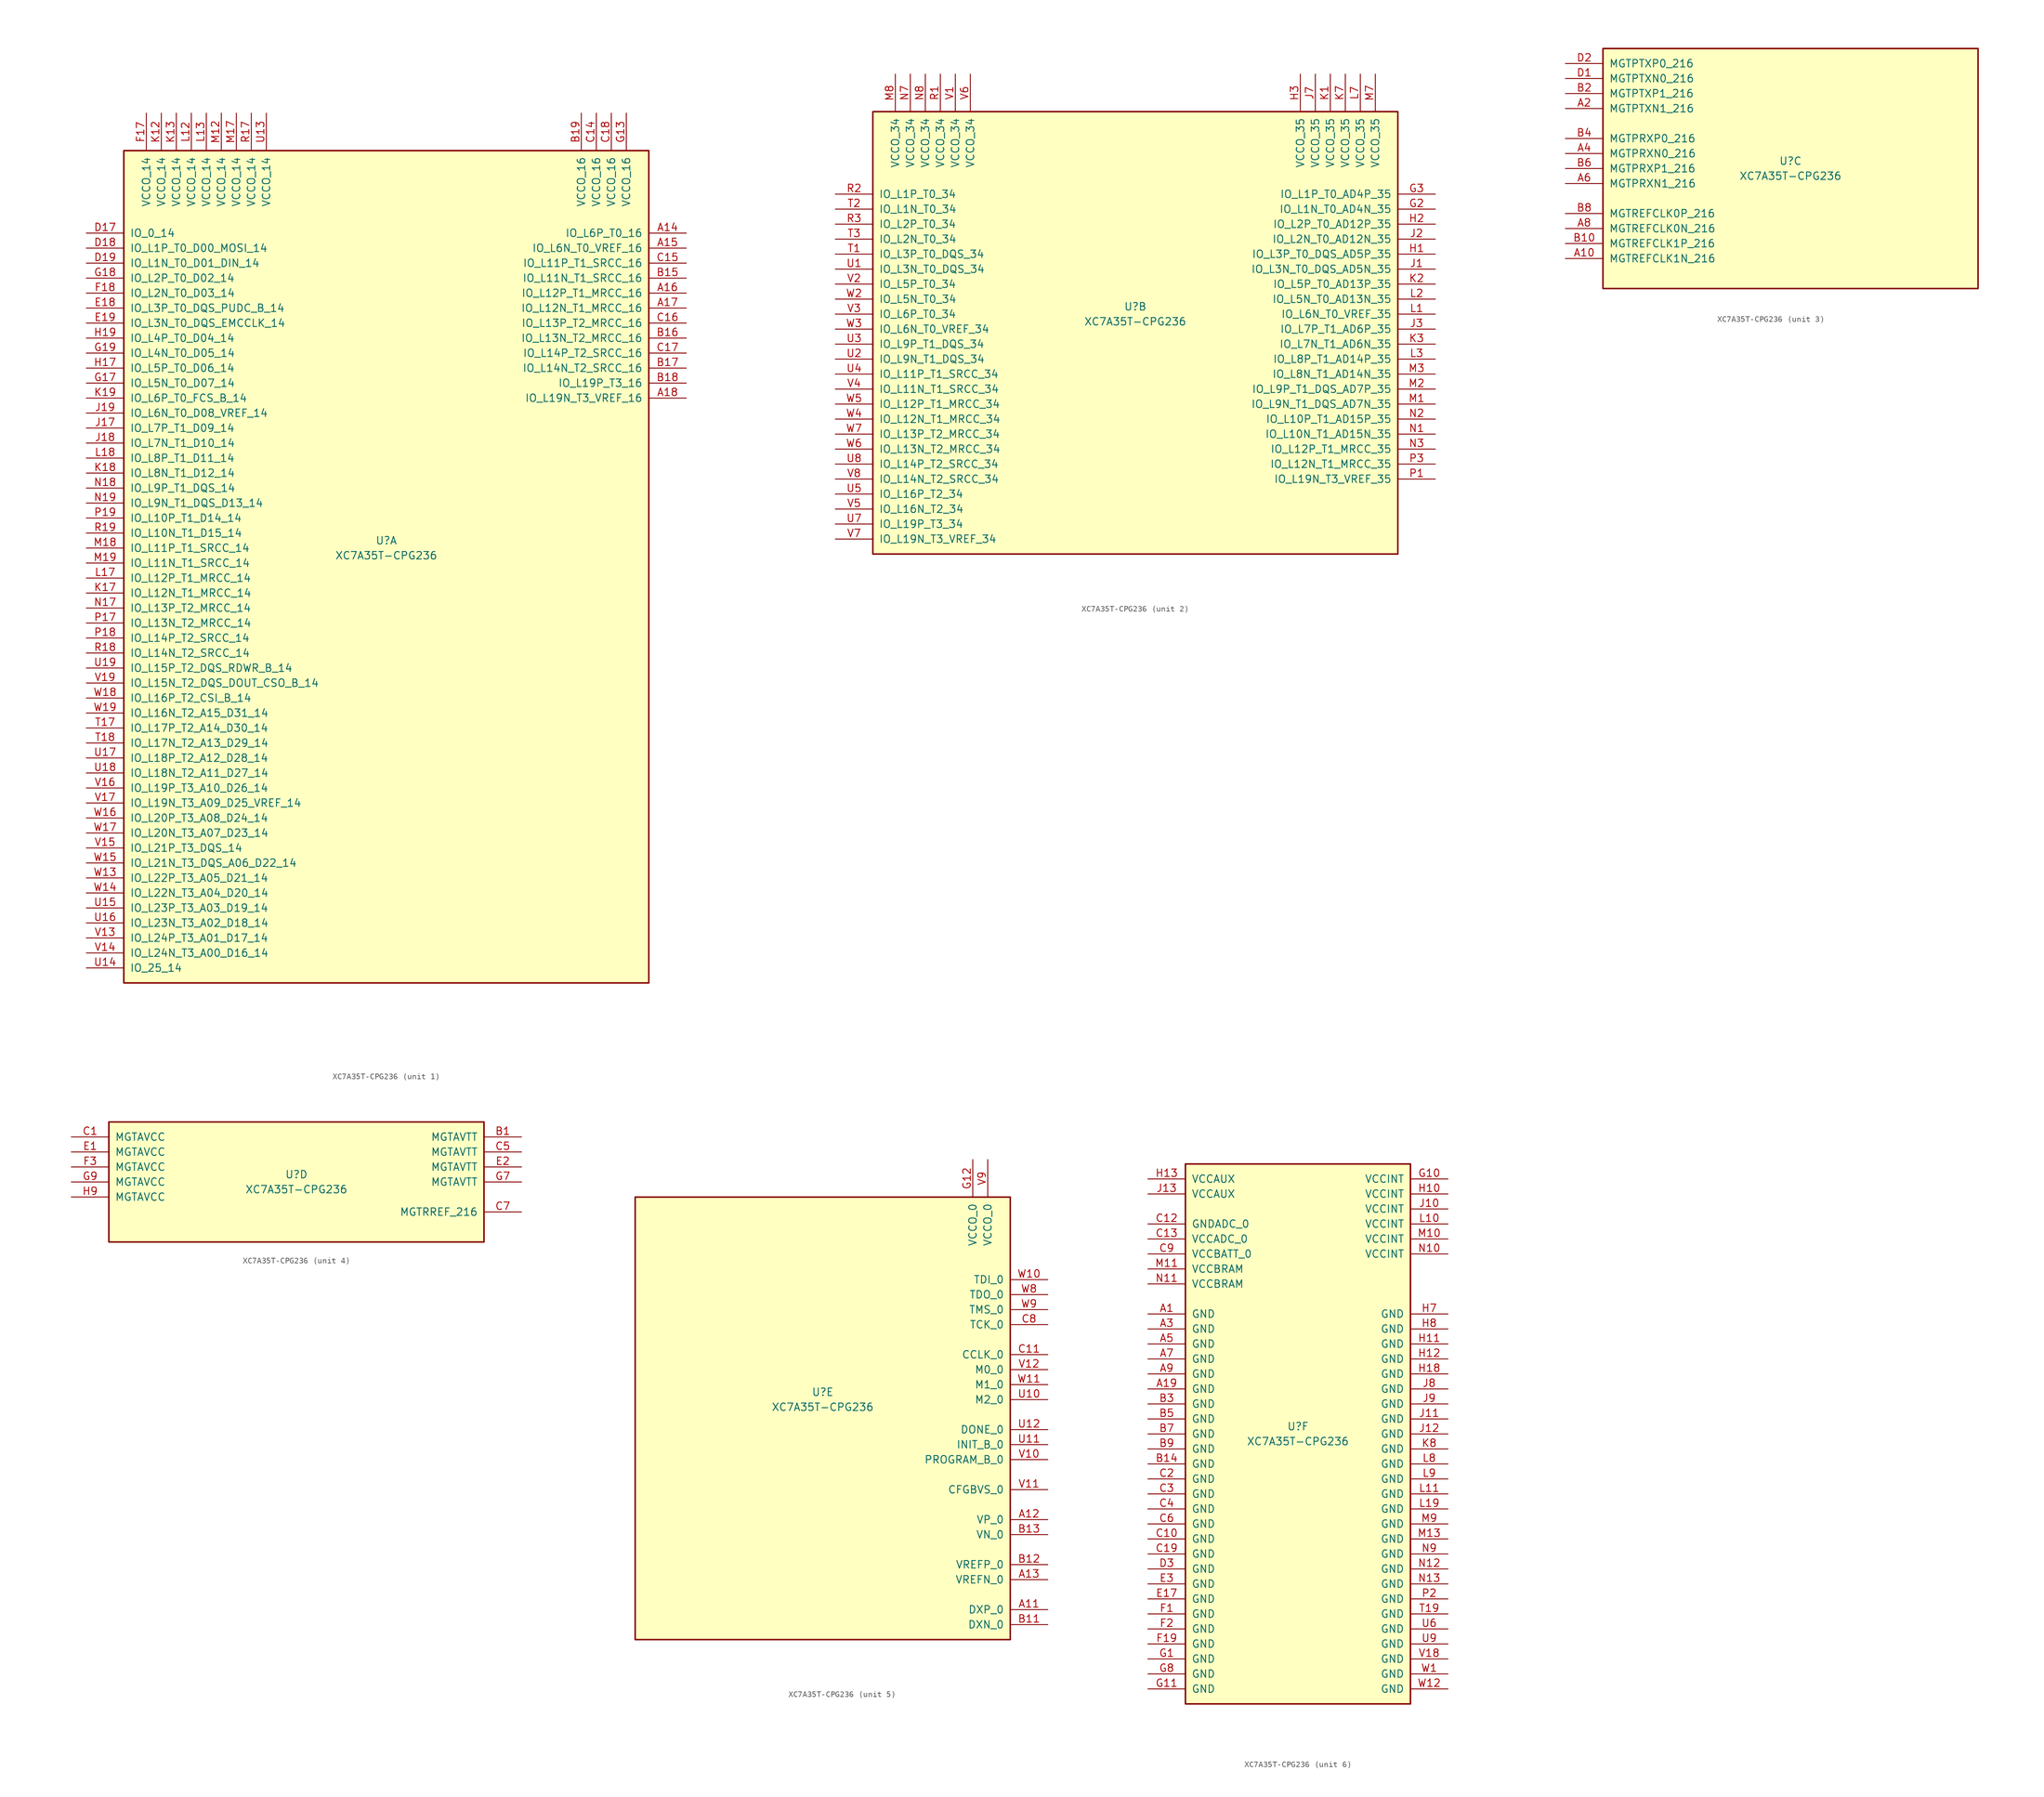
<source format=kicad_sym>
(kicad_symbol_lib
  (version 20241209)
  (generator "kicad_symbol_editor")
  (generator_version "9.0")
  (symbol "XC7A35T-CPG236"
    (pin_names
      (offset 1.016))
    (property "Reference" "U"
      (at 0 1.27 0)
      (effects (font (size 1.27 1.27))))
    (property "Value" "XC7A35T-CPG236"
      (at 0 -1.27 0)
      (effects (font (size 1.27 1.27))))
    (property "Datasheet" ""
      (at 0 0 0)
      (effects (font (size 1.27 1.27))))
    (property "ki_locked" ""
      (at 0 0 0)
      (effects (font (size 1.27 1.27))))
    (symbol "XC7A35T-CPG236_1_1"
      (rectangle (start -44.45 67.31) (end 44.45 -73.66) (stroke (width 0.254) (type default)) (fill (type background)))
      (pin bidirectional line (at -50.8 53.34 0) (length 6.35) (name "IO_0_14" (effects (font (size 1.27 1.27)))) (number "D17" (effects (font (size 1.27 1.27)))))
      (pin bidirectional line (at -50.8 50.8 0) (length 6.35) (name "IO_L1P_T0_D00_MOSI_14" (effects (font (size 1.27 1.27)))) (number "D18" (effects (font (size 1.27 1.27)))))
      (pin bidirectional line (at -50.8 48.26 0) (length 6.35) (name "IO_L1N_T0_D01_DIN_14" (effects (font (size 1.27 1.27)))) (number "D19" (effects (font (size 1.27 1.27)))))
      (pin bidirectional line (at -50.8 45.72 0) (length 6.35) (name "IO_L2P_T0_D02_14" (effects (font (size 1.27 1.27)))) (number "G18" (effects (font (size 1.27 1.27)))))
      (pin bidirectional line (at -50.8 43.18 0) (length 6.35) (name "IO_L2N_T0_D03_14" (effects (font (size 1.27 1.27)))) (number "F18" (effects (font (size 1.27 1.27)))))
      (pin bidirectional line (at -50.8 40.64 0) (length 6.35) (name "IO_L3P_T0_DQS_PUDC_B_14" (effects (font (size 1.27 1.27)))) (number "E18" (effects (font (size 1.27 1.27)))))
      (pin bidirectional line (at -50.8 38.1 0) (length 6.35) (name "IO_L3N_T0_DQS_EMCCLK_14" (effects (font (size 1.27 1.27)))) (number "E19" (effects (font (size 1.27 1.27)))))
      (pin bidirectional line (at -50.8 35.56 0) (length 6.35) (name "IO_L4P_T0_D04_14" (effects (font (size 1.27 1.27)))) (number "H19" (effects (font (size 1.27 1.27)))))
      (pin bidirectional line (at -50.8 33.02 0) (length 6.35) (name "IO_L4N_T0_D05_14" (effects (font (size 1.27 1.27)))) (number "G19" (effects (font (size 1.27 1.27)))))
      (pin bidirectional line (at -50.8 30.48 0) (length 6.35) (name "IO_L5P_T0_D06_14" (effects (font (size 1.27 1.27)))) (number "H17" (effects (font (size 1.27 1.27)))))
      (pin bidirectional line (at -50.8 27.94 0) (length 6.35) (name "IO_L5N_T0_D07_14" (effects (font (size 1.27 1.27)))) (number "G17" (effects (font (size 1.27 1.27)))))
      (pin bidirectional line (at -50.8 25.4 0) (length 6.35) (name "IO_L6P_T0_FCS_B_14" (effects (font (size 1.27 1.27)))) (number "K19" (effects (font (size 1.27 1.27)))))
      (pin bidirectional line (at -50.8 22.86 0) (length 6.35) (name "IO_L6N_T0_D08_VREF_14" (effects (font (size 1.27 1.27)))) (number "J19" (effects (font (size 1.27 1.27)))))
      (pin bidirectional line (at -50.8 20.32 0) (length 6.35) (name "IO_L7P_T1_D09_14" (effects (font (size 1.27 1.27)))) (number "J17" (effects (font (size 1.27 1.27)))))
      (pin bidirectional line (at -50.8 17.78 0) (length 6.35) (name "IO_L7N_T1_D10_14" (effects (font (size 1.27 1.27)))) (number "J18" (effects (font (size 1.27 1.27)))))
      (pin bidirectional line (at -50.8 15.24 0) (length 6.35) (name "IO_L8P_T1_D11_14" (effects (font (size 1.27 1.27)))) (number "L18" (effects (font (size 1.27 1.27)))))
      (pin bidirectional line (at -50.8 12.7 0) (length 6.35) (name "IO_L8N_T1_D12_14" (effects (font (size 1.27 1.27)))) (number "K18" (effects (font (size 1.27 1.27)))))
      (pin bidirectional line (at -50.8 10.16 0) (length 6.35) (name "IO_L9P_T1_DQS_14" (effects (font (size 1.27 1.27)))) (number "N18" (effects (font (size 1.27 1.27)))))
      (pin bidirectional line (at -50.8 7.62 0) (length 6.35) (name "IO_L9N_T1_DQS_D13_14" (effects (font (size 1.27 1.27)))) (number "N19" (effects (font (size 1.27 1.27)))))
      (pin bidirectional line (at -50.8 5.08 0) (length 6.35) (name "IO_L10P_T1_D14_14" (effects (font (size 1.27 1.27)))) (number "P19" (effects (font (size 1.27 1.27)))))
      (pin bidirectional line (at -50.8 2.54 0) (length 6.35) (name "IO_L10N_T1_D15_14" (effects (font (size 1.27 1.27)))) (number "R19" (effects (font (size 1.27 1.27)))))
      (pin bidirectional line (at -50.8 0 0) (length 6.35) (name "IO_L11P_T1_SRCC_14" (effects (font (size 1.27 1.27)))) (number "M18" (effects (font (size 1.27 1.27)))))
      (pin bidirectional line (at -50.8 -2.54 0) (length 6.35) (name "IO_L11N_T1_SRCC_14" (effects (font (size 1.27 1.27)))) (number "M19" (effects (font (size 1.27 1.27)))))
      (pin bidirectional line (at -50.8 -5.08 0) (length 6.35) (name "IO_L12P_T1_MRCC_14" (effects (font (size 1.27 1.27)))) (number "L17" (effects (font (size 1.27 1.27)))))
      (pin bidirectional line (at -50.8 -7.62 0) (length 6.35) (name "IO_L12N_T1_MRCC_14" (effects (font (size 1.27 1.27)))) (number "K17" (effects (font (size 1.27 1.27)))))
      (pin bidirectional line (at -50.8 -10.16 0) (length 6.35) (name "IO_L13P_T2_MRCC_14" (effects (font (size 1.27 1.27)))) (number "N17" (effects (font (size 1.27 1.27)))))
      (pin bidirectional line (at -50.8 -12.7 0) (length 6.35) (name "IO_L13N_T2_MRCC_14" (effects (font (size 1.27 1.27)))) (number "P17" (effects (font (size 1.27 1.27)))))
      (pin bidirectional line (at -50.8 -15.24 0) (length 6.35) (name "IO_L14P_T2_SRCC_14" (effects (font (size 1.27 1.27)))) (number "P18" (effects (font (size 1.27 1.27)))))
      (pin bidirectional line (at -50.8 -17.78 0) (length 6.35) (name "IO_L14N_T2_SRCC_14" (effects (font (size 1.27 1.27)))) (number "R18" (effects (font (size 1.27 1.27)))))
      (pin bidirectional line (at -50.8 -20.32 0) (length 6.35) (name "IO_L15P_T2_DQS_RDWR_B_14" (effects (font (size 1.27 1.27)))) (number "U19" (effects (font (size 1.27 1.27)))))
      (pin bidirectional line (at -50.8 -22.86 0) (length 6.35) (name "IO_L15N_T2_DQS_DOUT_CSO_B_14" (effects (font (size 1.27 1.27)))) (number "V19" (effects (font (size 1.27 1.27)))))
      (pin bidirectional line (at -50.8 -25.4 0) (length 6.35) (name "IO_L16P_T2_CSI_B_14" (effects (font (size 1.27 1.27)))) (number "W18" (effects (font (size 1.27 1.27)))))
      (pin bidirectional line (at -50.8 -27.94 0) (length 6.35) (name "IO_L16N_T2_A15_D31_14" (effects (font (size 1.27 1.27)))) (number "W19" (effects (font (size 1.27 1.27)))))
      (pin bidirectional line (at -50.8 -30.48 0) (length 6.35) (name "IO_L17P_T2_A14_D30_14" (effects (font (size 1.27 1.27)))) (number "T17" (effects (font (size 1.27 1.27)))))
      (pin bidirectional line (at -50.8 -33.02 0) (length 6.35) (name "IO_L17N_T2_A13_D29_14" (effects (font (size 1.27 1.27)))) (number "T18" (effects (font (size 1.27 1.27)))))
      (pin bidirectional line (at -50.8 -35.56 0) (length 6.35) (name "IO_L18P_T2_A12_D28_14" (effects (font (size 1.27 1.27)))) (number "U17" (effects (font (size 1.27 1.27)))))
      (pin bidirectional line (at -50.8 -38.1 0) (length 6.35) (name "IO_L18N_T2_A11_D27_14" (effects (font (size 1.27 1.27)))) (number "U18" (effects (font (size 1.27 1.27)))))
      (pin bidirectional line (at -50.8 -40.64 0) (length 6.35) (name "IO_L19P_T3_A10_D26_14" (effects (font (size 1.27 1.27)))) (number "V16" (effects (font (size 1.27 1.27)))))
      (pin bidirectional line (at -50.8 -43.18 0) (length 6.35) (name "IO_L19N_T3_A09_D25_VREF_14" (effects (font (size 1.27 1.27)))) (number "V17" (effects (font (size 1.27 1.27)))))
      (pin bidirectional line (at -50.8 -45.72 0) (length 6.35) (name "IO_L20P_T3_A08_D24_14" (effects (font (size 1.27 1.27)))) (number "W16" (effects (font (size 1.27 1.27)))))
      (pin bidirectional line (at -50.8 -48.26 0) (length 6.35) (name "IO_L20N_T3_A07_D23_14" (effects (font (size 1.27 1.27)))) (number "W17" (effects (font (size 1.27 1.27)))))
      (pin bidirectional line (at -50.8 -50.8 0) (length 6.35) (name "IO_L21P_T3_DQS_14" (effects (font (size 1.27 1.27)))) (number "V15" (effects (font (size 1.27 1.27)))))
      (pin bidirectional line (at -50.8 -53.34 0) (length 6.35) (name "IO_L21N_T3_DQS_A06_D22_14" (effects (font (size 1.27 1.27)))) (number "W15" (effects (font (size 1.27 1.27)))))
      (pin bidirectional line (at -50.8 -55.88 0) (length 6.35) (name "IO_L22P_T3_A05_D21_14" (effects (font (size 1.27 1.27)))) (number "W13" (effects (font (size 1.27 1.27)))))
      (pin bidirectional line (at -50.8 -58.42 0) (length 6.35) (name "IO_L22N_T3_A04_D20_14" (effects (font (size 1.27 1.27)))) (number "W14" (effects (font (size 1.27 1.27)))))
      (pin bidirectional line (at -50.8 -60.96 0) (length 6.35) (name "IO_L23P_T3_A03_D19_14" (effects (font (size 1.27 1.27)))) (number "U15" (effects (font (size 1.27 1.27)))))
      (pin bidirectional line (at -50.8 -63.5 0) (length 6.35) (name "IO_L23N_T3_A02_D18_14" (effects (font (size 1.27 1.27)))) (number "U16" (effects (font (size 1.27 1.27)))))
      (pin bidirectional line (at -50.8 -66.04 0) (length 6.35) (name "IO_L24P_T3_A01_D17_14" (effects (font (size 1.27 1.27)))) (number "V13" (effects (font (size 1.27 1.27)))))
      (pin bidirectional line (at -50.8 -68.58 0) (length 6.35) (name "IO_L24N_T3_A00_D16_14" (effects (font (size 1.27 1.27)))) (number "V14" (effects (font (size 1.27 1.27)))))
      (pin bidirectional line (at -50.8 -71.12 0) (length 6.35) (name "IO_25_14" (effects (font (size 1.27 1.27)))) (number "U14" (effects (font (size 1.27 1.27)))))
      (pin power_in line (at -40.64 73.66 270) (length 6.35) (name "VCCO_14" (effects (font (size 1.27 1.27)))) (number "F17" (effects (font (size 1.27 1.27)))))
      (pin power_in line (at -38.1 73.66 270) (length 6.35) (name "VCCO_14" (effects (font (size 1.27 1.27)))) (number "K12" (effects (font (size 1.27 1.27)))))
      (pin power_in line (at -35.56 73.66 270) (length 6.35) (name "VCCO_14" (effects (font (size 1.27 1.27)))) (number "K13" (effects (font (size 1.27 1.27)))))
      (pin power_in line (at -33.02 73.66 270) (length 6.35) (name "VCCO_14" (effects (font (size 1.27 1.27)))) (number "L12" (effects (font (size 1.27 1.27)))))
      (pin power_in line (at -30.48 73.66 270) (length 6.35) (name "VCCO_14" (effects (font (size 1.27 1.27)))) (number "L13" (effects (font (size 1.27 1.27)))))
      (pin power_in line (at -27.94 73.66 270) (length 6.35) (name "VCCO_14" (effects (font (size 1.27 1.27)))) (number "M12" (effects (font (size 1.27 1.27)))))
      (pin power_in line (at -25.4 73.66 270) (length 6.35) (name "VCCO_14" (effects (font (size 1.27 1.27)))) (number "M17" (effects (font (size 1.27 1.27)))))
      (pin power_in line (at -22.86 73.66 270) (length 6.35) (name "VCCO_14" (effects (font (size 1.27 1.27)))) (number "R17" (effects (font (size 1.27 1.27)))))
      (pin power_in line (at -20.32 73.66 270) (length 6.35) (name "VCCO_14" (effects (font (size 1.27 1.27)))) (number "U13" (effects (font (size 1.27 1.27)))))
      (pin power_in line (at 33.02 73.66 270) (length 6.35) (name "VCCO_16" (effects (font (size 1.27 1.27)))) (number "B19" (effects (font (size 1.27 1.27)))))
      (pin power_in line (at 35.56 73.66 270) (length 6.35) (name "VCCO_16" (effects (font (size 1.27 1.27)))) (number "C14" (effects (font (size 1.27 1.27)))))
      (pin power_in line (at 38.1 73.66 270) (length 6.35) (name "VCCO_16" (effects (font (size 1.27 1.27)))) (number "C18" (effects (font (size 1.27 1.27)))))
      (pin power_in line (at 40.64 73.66 270) (length 6.35) (name "VCCO_16" (effects (font (size 1.27 1.27)))) (number "G13" (effects (font (size 1.27 1.27)))))
      (pin bidirectional line (at 50.8 53.34 180) (length 6.35) (name "IO_L6P_T0_16" (effects (font (size 1.27 1.27)))) (number "A14" (effects (font (size 1.27 1.27)))))
      (pin bidirectional line (at 50.8 50.8 180) (length 6.35) (name "IO_L6N_T0_VREF_16" (effects (font (size 1.27 1.27)))) (number "A15" (effects (font (size 1.27 1.27)))))
      (pin bidirectional line (at 50.8 48.26 180) (length 6.35) (name "IO_L11P_T1_SRCC_16" (effects (font (size 1.27 1.27)))) (number "C15" (effects (font (size 1.27 1.27)))))
      (pin bidirectional line (at 50.8 45.72 180) (length 6.35) (name "IO_L11N_T1_SRCC_16" (effects (font (size 1.27 1.27)))) (number "B15" (effects (font (size 1.27 1.27)))))
      (pin bidirectional line (at 50.8 43.18 180) (length 6.35) (name "IO_L12P_T1_MRCC_16" (effects (font (size 1.27 1.27)))) (number "A16" (effects (font (size 1.27 1.27)))))
      (pin bidirectional line (at 50.8 40.64 180) (length 6.35) (name "IO_L12N_T1_MRCC_16" (effects (font (size 1.27 1.27)))) (number "A17" (effects (font (size 1.27 1.27)))))
      (pin bidirectional line (at 50.8 38.1 180) (length 6.35) (name "IO_L13P_T2_MRCC_16" (effects (font (size 1.27 1.27)))) (number "C16" (effects (font (size 1.27 1.27)))))
      (pin bidirectional line (at 50.8 35.56 180) (length 6.35) (name "IO_L13N_T2_MRCC_16" (effects (font (size 1.27 1.27)))) (number "B16" (effects (font (size 1.27 1.27)))))
      (pin bidirectional line (at 50.8 33.02 180) (length 6.35) (name "IO_L14P_T2_SRCC_16" (effects (font (size 1.27 1.27)))) (number "C17" (effects (font (size 1.27 1.27)))))
      (pin bidirectional line (at 50.8 30.48 180) (length 6.35) (name "IO_L14N_T2_SRCC_16" (effects (font (size 1.27 1.27)))) (number "B17" (effects (font (size 1.27 1.27)))))
      (pin bidirectional line (at 50.8 27.94 180) (length 6.35) (name "IO_L19P_T3_16" (effects (font (size 1.27 1.27)))) (number "B18" (effects (font (size 1.27 1.27)))))
      (pin bidirectional line (at 50.8 25.4 180) (length 6.35) (name "IO_L19N_T3_VREF_16" (effects (font (size 1.27 1.27)))) (number "A18" (effects (font (size 1.27 1.27))))))
    (symbol "XC7A35T-CPG236_2_1"
      (rectangle (start -44.45 34.29) (end 44.45 -40.64) (stroke (width 0.254) (type default)) (fill (type background)))
      (pin bidirectional line (at -50.8 20.32 0) (length 6.35) (name "IO_L1P_T0_34" (effects (font (size 1.27 1.27)))) (number "R2" (effects (font (size 1.27 1.27)))))
      (pin bidirectional line (at -50.8 17.78 0) (length 6.35) (name "IO_L1N_T0_34" (effects (font (size 1.27 1.27)))) (number "T2" (effects (font (size 1.27 1.27)))))
      (pin bidirectional line (at -50.8 15.24 0) (length 6.35) (name "IO_L2P_T0_34" (effects (font (size 1.27 1.27)))) (number "R3" (effects (font (size 1.27 1.27)))))
      (pin bidirectional line (at -50.8 12.7 0) (length 6.35) (name "IO_L2N_T0_34" (effects (font (size 1.27 1.27)))) (number "T3" (effects (font (size 1.27 1.27)))))
      (pin bidirectional line (at -50.8 10.16 0) (length 6.35) (name "IO_L3P_T0_DQS_34" (effects (font (size 1.27 1.27)))) (number "T1" (effects (font (size 1.27 1.27)))))
      (pin bidirectional line (at -50.8 7.62 0) (length 6.35) (name "IO_L3N_T0_DQS_34" (effects (font (size 1.27 1.27)))) (number "U1" (effects (font (size 1.27 1.27)))))
      (pin bidirectional line (at -50.8 5.08 0) (length 6.35) (name "IO_L5P_T0_34" (effects (font (size 1.27 1.27)))) (number "V2" (effects (font (size 1.27 1.27)))))
      (pin bidirectional line (at -50.8 2.54 0) (length 6.35) (name "IO_L5N_T0_34" (effects (font (size 1.27 1.27)))) (number "W2" (effects (font (size 1.27 1.27)))))
      (pin bidirectional line (at -50.8 0 0) (length 6.35) (name "IO_L6P_T0_34" (effects (font (size 1.27 1.27)))) (number "V3" (effects (font (size 1.27 1.27)))))
      (pin bidirectional line (at -50.8 -2.54 0) (length 6.35) (name "IO_L6N_T0_VREF_34" (effects (font (size 1.27 1.27)))) (number "W3" (effects (font (size 1.27 1.27)))))
      (pin bidirectional line (at -50.8 -5.08 0) (length 6.35) (name "IO_L9P_T1_DQS_34" (effects (font (size 1.27 1.27)))) (number "U3" (effects (font (size 1.27 1.27)))))
      (pin bidirectional line (at -50.8 -7.62 0) (length 6.35) (name "IO_L9N_T1_DQS_34" (effects (font (size 1.27 1.27)))) (number "U2" (effects (font (size 1.27 1.27)))))
      (pin bidirectional line (at -50.8 -10.16 0) (length 6.35) (name "IO_L11P_T1_SRCC_34" (effects (font (size 1.27 1.27)))) (number "U4" (effects (font (size 1.27 1.27)))))
      (pin bidirectional line (at -50.8 -12.7 0) (length 6.35) (name "IO_L11N_T1_SRCC_34" (effects (font (size 1.27 1.27)))) (number "V4" (effects (font (size 1.27 1.27)))))
      (pin bidirectional line (at -50.8 -15.24 0) (length 6.35) (name "IO_L12P_T1_MRCC_34" (effects (font (size 1.27 1.27)))) (number "W5" (effects (font (size 1.27 1.27)))))
      (pin bidirectional line (at -50.8 -17.78 0) (length 6.35) (name "IO_L12N_T1_MRCC_34" (effects (font (size 1.27 1.27)))) (number "W4" (effects (font (size 1.27 1.27)))))
      (pin bidirectional line (at -50.8 -20.32 0) (length 6.35) (name "IO_L13P_T2_MRCC_34" (effects (font (size 1.27 1.27)))) (number "W7" (effects (font (size 1.27 1.27)))))
      (pin bidirectional line (at -50.8 -22.86 0) (length 6.35) (name "IO_L13N_T2_MRCC_34" (effects (font (size 1.27 1.27)))) (number "W6" (effects (font (size 1.27 1.27)))))
      (pin bidirectional line (at -50.8 -25.4 0) (length 6.35) (name "IO_L14P_T2_SRCC_34" (effects (font (size 1.27 1.27)))) (number "U8" (effects (font (size 1.27 1.27)))))
      (pin bidirectional line (at -50.8 -27.94 0) (length 6.35) (name "IO_L14N_T2_SRCC_34" (effects (font (size 1.27 1.27)))) (number "V8" (effects (font (size 1.27 1.27)))))
      (pin bidirectional line (at -50.8 -30.48 0) (length 6.35) (name "IO_L16P_T2_34" (effects (font (size 1.27 1.27)))) (number "U5" (effects (font (size 1.27 1.27)))))
      (pin bidirectional line (at -50.8 -33.02 0) (length 6.35) (name "IO_L16N_T2_34" (effects (font (size 1.27 1.27)))) (number "V5" (effects (font (size 1.27 1.27)))))
      (pin bidirectional line (at -50.8 -35.56 0) (length 6.35) (name "IO_L19P_T3_34" (effects (font (size 1.27 1.27)))) (number "U7" (effects (font (size 1.27 1.27)))))
      (pin bidirectional line (at -50.8 -38.1 0) (length 6.35) (name "IO_L19N_T3_VREF_34" (effects (font (size 1.27 1.27)))) (number "V7" (effects (font (size 1.27 1.27)))))
      (pin power_in line (at -40.64 40.64 270) (length 6.35) (name "VCCO_34" (effects (font (size 1.27 1.27)))) (number "M8" (effects (font (size 1.27 1.27)))))
      (pin power_in line (at -38.1 40.64 270) (length 6.35) (name "VCCO_34" (effects (font (size 1.27 1.27)))) (number "N7" (effects (font (size 1.27 1.27)))))
      (pin power_in line (at -35.56 40.64 270) (length 6.35) (name "VCCO_34" (effects (font (size 1.27 1.27)))) (number "N8" (effects (font (size 1.27 1.27)))))
      (pin power_in line (at -33.02 40.64 270) (length 6.35) (name "VCCO_34" (effects (font (size 1.27 1.27)))) (number "R1" (effects (font (size 1.27 1.27)))))
      (pin power_in line (at -30.48 40.64 270) (length 6.35) (name "VCCO_34" (effects (font (size 1.27 1.27)))) (number "V1" (effects (font (size 1.27 1.27)))))
      (pin power_in line (at -27.94 40.64 270) (length 6.35) (name "VCCO_34" (effects (font (size 1.27 1.27)))) (number "V6" (effects (font (size 1.27 1.27)))))
      (pin power_in line (at 27.94 40.64 270) (length 6.35) (name "VCCO_35" (effects (font (size 1.27 1.27)))) (number "H3" (effects (font (size 1.27 1.27)))))
      (pin power_in line (at 30.48 40.64 270) (length 6.35) (name "VCCO_35" (effects (font (size 1.27 1.27)))) (number "J7" (effects (font (size 1.27 1.27)))))
      (pin power_in line (at 33.02 40.64 270) (length 6.35) (name "VCCO_35" (effects (font (size 1.27 1.27)))) (number "K1" (effects (font (size 1.27 1.27)))))
      (pin power_in line (at 35.56 40.64 270) (length 6.35) (name "VCCO_35" (effects (font (size 1.27 1.27)))) (number "K7" (effects (font (size 1.27 1.27)))))
      (pin power_in line (at 38.1 40.64 270) (length 6.35) (name "VCCO_35" (effects (font (size 1.27 1.27)))) (number "L7" (effects (font (size 1.27 1.27)))))
      (pin power_in line (at 40.64 40.64 270) (length 6.35) (name "VCCO_35" (effects (font (size 1.27 1.27)))) (number "M7" (effects (font (size 1.27 1.27)))))
      (pin bidirectional line (at 50.8 20.32 180) (length 6.35) (name "IO_L1P_T0_AD4P_35" (effects (font (size 1.27 1.27)))) (number "G3" (effects (font (size 1.27 1.27)))))
      (pin bidirectional line (at 50.8 17.78 180) (length 6.35) (name "IO_L1N_T0_AD4N_35" (effects (font (size 1.27 1.27)))) (number "G2" (effects (font (size 1.27 1.27)))))
      (pin bidirectional line (at 50.8 15.24 180) (length 6.35) (name "IO_L2P_T0_AD12P_35" (effects (font (size 1.27 1.27)))) (number "H2" (effects (font (size 1.27 1.27)))))
      (pin bidirectional line (at 50.8 12.7 180) (length 6.35) (name "IO_L2N_T0_AD12N_35" (effects (font (size 1.27 1.27)))) (number "J2" (effects (font (size 1.27 1.27)))))
      (pin bidirectional line (at 50.8 10.16 180) (length 6.35) (name "IO_L3P_T0_DQS_AD5P_35" (effects (font (size 1.27 1.27)))) (number "H1" (effects (font (size 1.27 1.27)))))
      (pin bidirectional line (at 50.8 7.62 180) (length 6.35) (name "IO_L3N_T0_DQS_AD5N_35" (effects (font (size 1.27 1.27)))) (number "J1" (effects (font (size 1.27 1.27)))))
      (pin bidirectional line (at 50.8 5.08 180) (length 6.35) (name "IO_L5P_T0_AD13P_35" (effects (font (size 1.27 1.27)))) (number "K2" (effects (font (size 1.27 1.27)))))
      (pin bidirectional line (at 50.8 2.54 180) (length 6.35) (name "IO_L5N_T0_AD13N_35" (effects (font (size 1.27 1.27)))) (number "L2" (effects (font (size 1.27 1.27)))))
      (pin bidirectional line (at 50.8 0 180) (length 6.35) (name "IO_L6N_T0_VREF_35" (effects (font (size 1.27 1.27)))) (number "L1" (effects (font (size 1.27 1.27)))))
      (pin bidirectional line (at 50.8 -2.54 180) (length 6.35) (name "IO_L7P_T1_AD6P_35" (effects (font (size 1.27 1.27)))) (number "J3" (effects (font (size 1.27 1.27)))))
      (pin bidirectional line (at 50.8 -5.08 180) (length 6.35) (name "IO_L7N_T1_AD6N_35" (effects (font (size 1.27 1.27)))) (number "K3" (effects (font (size 1.27 1.27)))))
      (pin bidirectional line (at 50.8 -7.62 180) (length 6.35) (name "IO_L8P_T1_AD14P_35" (effects (font (size 1.27 1.27)))) (number "L3" (effects (font (size 1.27 1.27)))))
      (pin bidirectional line (at 50.8 -10.16 180) (length 6.35) (name "IO_L8N_T1_AD14N_35" (effects (font (size 1.27 1.27)))) (number "M3" (effects (font (size 1.27 1.27)))))
      (pin bidirectional line (at 50.8 -12.7 180) (length 6.35) (name "IO_L9P_T1_DQS_AD7P_35" (effects (font (size 1.27 1.27)))) (number "M2" (effects (font (size 1.27 1.27)))))
      (pin bidirectional line (at 50.8 -15.24 180) (length 6.35) (name "IO_L9N_T1_DQS_AD7N_35" (effects (font (size 1.27 1.27)))) (number "M1" (effects (font (size 1.27 1.27)))))
      (pin bidirectional line (at 50.8 -17.78 180) (length 6.35) (name "IO_L10P_T1_AD15P_35" (effects (font (size 1.27 1.27)))) (number "N2" (effects (font (size 1.27 1.27)))))
      (pin bidirectional line (at 50.8 -20.32 180) (length 6.35) (name "IO_L10N_T1_AD15N_35" (effects (font (size 1.27 1.27)))) (number "N1" (effects (font (size 1.27 1.27)))))
      (pin bidirectional line (at 50.8 -22.86 180) (length 6.35) (name "IO_L12P_T1_MRCC_35" (effects (font (size 1.27 1.27)))) (number "N3" (effects (font (size 1.27 1.27)))))
      (pin bidirectional line (at 50.8 -25.4 180) (length 6.35) (name "IO_L12N_T1_MRCC_35" (effects (font (size 1.27 1.27)))) (number "P3" (effects (font (size 1.27 1.27)))))
      (pin bidirectional line (at 50.8 -27.94 180) (length 6.35) (name "IO_L19N_T3_VREF_35" (effects (font (size 1.27 1.27)))) (number "P1" (effects (font (size 1.27 1.27))))))
    (symbol "XC7A35T-CPG236_3_1"
      (rectangle (start -31.75 20.32) (end 31.75 -20.32) (stroke (width 0.254) (type default)) (fill (type background)))
      (pin bidirectional line (at -38.1 17.78 0) (length 6.35) (name "MGTPTXP0_216" (effects (font (size 1.27 1.27)))) (number "D2" (effects (font (size 1.27 1.27)))))
      (pin bidirectional line (at -38.1 15.24 0) (length 6.35) (name "MGTPTXN0_216" (effects (font (size 1.27 1.27)))) (number "D1" (effects (font (size 1.27 1.27)))))
      (pin bidirectional line (at -38.1 12.7 0) (length 6.35) (name "MGTPTXP1_216" (effects (font (size 1.27 1.27)))) (number "B2" (effects (font (size 1.27 1.27)))))
      (pin bidirectional line (at -38.1 10.16 0) (length 6.35) (name "MGTPTXN1_216" (effects (font (size 1.27 1.27)))) (number "A2" (effects (font (size 1.27 1.27)))))
      (pin bidirectional line (at -38.1 5.08 0) (length 6.35) (name "MGTPRXP0_216" (effects (font (size 1.27 1.27)))) (number "B4" (effects (font (size 1.27 1.27)))))
      (pin bidirectional line (at -38.1 2.54 0) (length 6.35) (name "MGTPRXN0_216" (effects (font (size 1.27 1.27)))) (number "A4" (effects (font (size 1.27 1.27)))))
      (pin bidirectional line (at -38.1 0 0) (length 6.35) (name "MGTPRXP1_216" (effects (font (size 1.27 1.27)))) (number "B6" (effects (font (size 1.27 1.27)))))
      (pin bidirectional line (at -38.1 -2.54 0) (length 6.35) (name "MGTPRXN1_216" (effects (font (size 1.27 1.27)))) (number "A6" (effects (font (size 1.27 1.27)))))
      (pin bidirectional line (at -38.1 -7.62 0) (length 6.35) (name "MGTREFCLK0P_216" (effects (font (size 1.27 1.27)))) (number "B8" (effects (font (size 1.27 1.27)))))
      (pin bidirectional line (at -38.1 -10.16 0) (length 6.35) (name "MGTREFCLK0N_216" (effects (font (size 1.27 1.27)))) (number "A8" (effects (font (size 1.27 1.27)))))
      (pin bidirectional line (at -38.1 -12.7 0) (length 6.35) (name "MGTREFCLK1P_216" (effects (font (size 1.27 1.27)))) (number "B10" (effects (font (size 1.27 1.27)))))
      (pin bidirectional line (at -38.1 -15.24 0) (length 6.35) (name "MGTREFCLK1N_216" (effects (font (size 1.27 1.27)))) (number "A10" (effects (font (size 1.27 1.27))))))
    (symbol "XC7A35T-CPG236_4_1"
      (rectangle (start -31.75 10.16) (end 31.75 -10.16) (stroke (width 0.254) (type default)) (fill (type background)))
      (pin power_in line (at -38.1 7.62 0) (length 6.35) (name "MGTAVCC" (effects (font (size 1.27 1.27)))) (number "C1" (effects (font (size 1.27 1.27)))))
      (pin power_in line (at -38.1 5.08 0) (length 6.35) (name "MGTAVCC" (effects (font (size 1.27 1.27)))) (number "E1" (effects (font (size 1.27 1.27)))))
      (pin power_in line (at -38.1 2.54 0) (length 6.35) (name "MGTAVCC" (effects (font (size 1.27 1.27)))) (number "F3" (effects (font (size 1.27 1.27)))))
      (pin power_in line (at -38.1 0 0) (length 6.35) (name "MGTAVCC" (effects (font (size 1.27 1.27)))) (number "G9" (effects (font (size 1.27 1.27)))))
      (pin power_in line (at -38.1 -2.54 0) (length 6.35) (name "MGTAVCC" (effects (font (size 1.27 1.27)))) (number "H9" (effects (font (size 1.27 1.27)))))
      (pin power_in line (at 38.1 7.62 180) (length 6.35) (name "MGTAVTT" (effects (font (size 1.27 1.27)))) (number "B1" (effects (font (size 1.27 1.27)))))
      (pin power_in line (at 38.1 5.08 180) (length 6.35) (name "MGTAVTT" (effects (font (size 1.27 1.27)))) (number "C5" (effects (font (size 1.27 1.27)))))
      (pin power_in line (at 38.1 2.54 180) (length 6.35) (name "MGTAVTT" (effects (font (size 1.27 1.27)))) (number "E2" (effects (font (size 1.27 1.27)))))
      (pin power_in line (at 38.1 0 180) (length 6.35) (name "MGTAVTT" (effects (font (size 1.27 1.27)))) (number "G7" (effects (font (size 1.27 1.27)))))
      (pin power_in line (at 38.1 -5.08 180) (length 6.35) (name "MGTRREF_216" (effects (font (size 1.27 1.27)))) (number "C7" (effects (font (size 1.27 1.27))))))
    (symbol "XC7A35T-CPG236_5_1"
      (rectangle (start -31.75 34.29) (end 31.75 -40.64) (stroke (width 0.254) (type default)) (fill (type background)))
      (pin power_in line (at 25.4 40.64 270) (length 6.35) (name "VCCO_0" (effects (font (size 1.27 1.27)))) (number "G12" (effects (font (size 1.27 1.27)))))
      (pin power_in line (at 27.94 40.64 270) (length 6.35) (name "VCCO_0" (effects (font (size 1.27 1.27)))) (number "V9" (effects (font (size 1.27 1.27)))))
      (pin bidirectional line (at 38.1 20.32 180) (length 6.35) (name "TDI_0" (effects (font (size 1.27 1.27)))) (number "W10" (effects (font (size 1.27 1.27)))))
      (pin bidirectional line (at 38.1 17.78 180) (length 6.35) (name "TDO_0" (effects (font (size 1.27 1.27)))) (number "W8" (effects (font (size 1.27 1.27)))))
      (pin bidirectional line (at 38.1 15.24 180) (length 6.35) (name "TMS_0" (effects (font (size 1.27 1.27)))) (number "W9" (effects (font (size 1.27 1.27)))))
      (pin bidirectional line (at 38.1 12.7 180) (length 6.35) (name "TCK_0" (effects (font (size 1.27 1.27)))) (number "C8" (effects (font (size 1.27 1.27)))))
      (pin bidirectional line (at 38.1 7.62 180) (length 6.35) (name "CCLK_0" (effects (font (size 1.27 1.27)))) (number "C11" (effects (font (size 1.27 1.27)))))
      (pin bidirectional line (at 38.1 5.08 180) (length 6.35) (name "M0_0" (effects (font (size 1.27 1.27)))) (number "V12" (effects (font (size 1.27 1.27)))))
      (pin bidirectional line (at 38.1 2.54 180) (length 6.35) (name "M1_0" (effects (font (size 1.27 1.27)))) (number "W11" (effects (font (size 1.27 1.27)))))
      (pin bidirectional line (at 38.1 0 180) (length 6.35) (name "M2_0" (effects (font (size 1.27 1.27)))) (number "U10" (effects (font (size 1.27 1.27)))))
      (pin bidirectional line (at 38.1 -5.08 180) (length 6.35) (name "DONE_0" (effects (font (size 1.27 1.27)))) (number "U12" (effects (font (size 1.27 1.27)))))
      (pin bidirectional line (at 38.1 -7.62 180) (length 6.35) (name "INIT_B_0" (effects (font (size 1.27 1.27)))) (number "U11" (effects (font (size 1.27 1.27)))))
      (pin bidirectional line (at 38.1 -10.16 180) (length 6.35) (name "PROGRAM_B_0" (effects (font (size 1.27 1.27)))) (number "V10" (effects (font (size 1.27 1.27)))))
      (pin bidirectional line (at 38.1 -15.24 180) (length 6.35) (name "CFGBVS_0" (effects (font (size 1.27 1.27)))) (number "V11" (effects (font (size 1.27 1.27)))))
      (pin bidirectional line (at 38.1 -20.32 180) (length 6.35) (name "VP_0" (effects (font (size 1.27 1.27)))) (number "A12" (effects (font (size 1.27 1.27)))))
      (pin bidirectional line (at 38.1 -22.86 180) (length 6.35) (name "VN_0" (effects (font (size 1.27 1.27)))) (number "B13" (effects (font (size 1.27 1.27)))))
      (pin bidirectional line (at 38.1 -27.94 180) (length 6.35) (name "VREFP_0" (effects (font (size 1.27 1.27)))) (number "B12" (effects (font (size 1.27 1.27)))))
      (pin bidirectional line (at 38.1 -30.48 180) (length 6.35) (name "VREFN_0" (effects (font (size 1.27 1.27)))) (number "A13" (effects (font (size 1.27 1.27)))))
      (pin bidirectional line (at 38.1 -35.56 180) (length 6.35) (name "DXP_0" (effects (font (size 1.27 1.27)))) (number "A11" (effects (font (size 1.27 1.27)))))
      (pin bidirectional line (at 38.1 -38.1 180) (length 6.35) (name "DXN_0" (effects (font (size 1.27 1.27)))) (number "B11" (effects (font (size 1.27 1.27))))))
    (symbol "XC7A35T-CPG236_6_1"
      (rectangle (start -19.05 45.72) (end 19.05 -45.72) (stroke (width 0.254) (type default)) (fill (type background)))
      (pin power_in line (at -25.4 43.18 0) (length 6.35) (name "VCCAUX" (effects (font (size 1.27 1.27)))) (number "H13" (effects (font (size 1.27 1.27)))))
      (pin power_in line (at -25.4 40.64 0) (length 6.35) (name "VCCAUX" (effects (font (size 1.27 1.27)))) (number "J13" (effects (font (size 1.27 1.27)))))
      (pin power_in line (at -25.4 35.56 0) (length 6.35) (name "GNDADC_0" (effects (font (size 1.27 1.27)))) (number "C12" (effects (font (size 1.27 1.27)))))
      (pin power_in line (at -25.4 33.02 0) (length 6.35) (name "VCCADC_0" (effects (font (size 1.27 1.27)))) (number "C13" (effects (font (size 1.27 1.27)))))
      (pin power_in line (at -25.4 30.48 0) (length 6.35) (name "VCCBATT_0" (effects (font (size 1.27 1.27)))) (number "C9" (effects (font (size 1.27 1.27)))))
      (pin power_in line (at -25.4 27.94 0) (length 6.35) (name "VCCBRAM" (effects (font (size 1.27 1.27)))) (number "M11" (effects (font (size 1.27 1.27)))))
      (pin power_in line (at -25.4 25.4 0) (length 6.35) (name "VCCBRAM" (effects (font (size 1.27 1.27)))) (number "N11" (effects (font (size 1.27 1.27)))))
      (pin power_in line (at -25.4 20.32 0) (length 6.35) (name "GND" (effects (font (size 1.27 1.27)))) (number "A1" (effects (font (size 1.27 1.27)))))
      (pin power_in line (at -25.4 17.78 0) (length 6.35) (name "GND" (effects (font (size 1.27 1.27)))) (number "A3" (effects (font (size 1.27 1.27)))))
      (pin power_in line (at -25.4 15.24 0) (length 6.35) (name "GND" (effects (font (size 1.27 1.27)))) (number "A5" (effects (font (size 1.27 1.27)))))
      (pin power_in line (at -25.4 12.7 0) (length 6.35) (name "GND" (effects (font (size 1.27 1.27)))) (number "A7" (effects (font (size 1.27 1.27)))))
      (pin power_in line (at -25.4 10.16 0) (length 6.35) (name "GND" (effects (font (size 1.27 1.27)))) (number "A9" (effects (font (size 1.27 1.27)))))
      (pin power_in line (at -25.4 7.62 0) (length 6.35) (name "GND" (effects (font (size 1.27 1.27)))) (number "A19" (effects (font (size 1.27 1.27)))))
      (pin power_in line (at -25.4 5.08 0) (length 6.35) (name "GND" (effects (font (size 1.27 1.27)))) (number "B3" (effects (font (size 1.27 1.27)))))
      (pin power_in line (at -25.4 2.54 0) (length 6.35) (name "GND" (effects (font (size 1.27 1.27)))) (number "B5" (effects (font (size 1.27 1.27)))))
      (pin power_in line (at -25.4 0 0) (length 6.35) (name "GND" (effects (font (size 1.27 1.27)))) (number "B7" (effects (font (size 1.27 1.27)))))
      (pin power_in line (at -25.4 -2.54 0) (length 6.35) (name "GND" (effects (font (size 1.27 1.27)))) (number "B9" (effects (font (size 1.27 1.27)))))
      (pin power_in line (at -25.4 -5.08 0) (length 6.35) (name "GND" (effects (font (size 1.27 1.27)))) (number "B14" (effects (font (size 1.27 1.27)))))
      (pin power_in line (at -25.4 -7.62 0) (length 6.35) (name "GND" (effects (font (size 1.27 1.27)))) (number "C2" (effects (font (size 1.27 1.27)))))
      (pin power_in line (at -25.4 -10.16 0) (length 6.35) (name "GND" (effects (font (size 1.27 1.27)))) (number "C3" (effects (font (size 1.27 1.27)))))
      (pin power_in line (at -25.4 -12.7 0) (length 6.35) (name "GND" (effects (font (size 1.27 1.27)))) (number "C4" (effects (font (size 1.27 1.27)))))
      (pin power_in line (at -25.4 -15.24 0) (length 6.35) (name "GND" (effects (font (size 1.27 1.27)))) (number "C6" (effects (font (size 1.27 1.27)))))
      (pin power_in line (at -25.4 -17.78 0) (length 6.35) (name "GND" (effects (font (size 1.27 1.27)))) (number "C10" (effects (font (size 1.27 1.27)))))
      (pin power_in line (at -25.4 -20.32 0) (length 6.35) (name "GND" (effects (font (size 1.27 1.27)))) (number "C19" (effects (font (size 1.27 1.27)))))
      (pin power_in line (at -25.4 -22.86 0) (length 6.35) (name "GND" (effects (font (size 1.27 1.27)))) (number "D3" (effects (font (size 1.27 1.27)))))
      (pin power_in line (at -25.4 -25.4 0) (length 6.35) (name "GND" (effects (font (size 1.27 1.27)))) (number "E3" (effects (font (size 1.27 1.27)))))
      (pin power_in line (at -25.4 -27.94 0) (length 6.35) (name "GND" (effects (font (size 1.27 1.27)))) (number "E17" (effects (font (size 1.27 1.27)))))
      (pin power_in line (at -25.4 -30.48 0) (length 6.35) (name "GND" (effects (font (size 1.27 1.27)))) (number "F1" (effects (font (size 1.27 1.27)))))
      (pin power_in line (at -25.4 -33.02 0) (length 6.35) (name "GND" (effects (font (size 1.27 1.27)))) (number "F2" (effects (font (size 1.27 1.27)))))
      (pin power_in line (at -25.4 -35.56 0) (length 6.35) (name "GND" (effects (font (size 1.27 1.27)))) (number "F19" (effects (font (size 1.27 1.27)))))
      (pin power_in line (at -25.4 -38.1 0) (length 6.35) (name "GND" (effects (font (size 1.27 1.27)))) (number "G1" (effects (font (size 1.27 1.27)))))
      (pin power_in line (at -25.4 -40.64 0) (length 6.35) (name "GND" (effects (font (size 1.27 1.27)))) (number "G8" (effects (font (size 1.27 1.27)))))
      (pin power_in line (at -25.4 -43.18 0) (length 6.35) (name "GND" (effects (font (size 1.27 1.27)))) (number "G11" (effects (font (size 1.27 1.27)))))
      (pin power_in line (at 25.4 43.18 180) (length 6.35) (name "VCCINT" (effects (font (size 1.27 1.27)))) (number "G10" (effects (font (size 1.27 1.27)))))
      (pin power_in line (at 25.4 40.64 180) (length 6.35) (name "VCCINT" (effects (font (size 1.27 1.27)))) (number "H10" (effects (font (size 1.27 1.27)))))
      (pin power_in line (at 25.4 38.1 180) (length 6.35) (name "VCCINT" (effects (font (size 1.27 1.27)))) (number "J10" (effects (font (size 1.27 1.27)))))
      (pin power_in line (at 25.4 35.56 180) (length 6.35) (name "VCCINT" (effects (font (size 1.27 1.27)))) (number "L10" (effects (font (size 1.27 1.27)))))
      (pin power_in line (at 25.4 33.02 180) (length 6.35) (name "VCCINT" (effects (font (size 1.27 1.27)))) (number "M10" (effects (font (size 1.27 1.27)))))
      (pin power_in line (at 25.4 30.48 180) (length 6.35) (name "VCCINT" (effects (font (size 1.27 1.27)))) (number "N10" (effects (font (size 1.27 1.27)))))
      (pin power_in line (at 25.4 20.32 180) (length 6.35) (name "GND" (effects (font (size 1.27 1.27)))) (number "H7" (effects (font (size 1.27 1.27)))))
      (pin power_in line (at 25.4 17.78 180) (length 6.35) (name "GND" (effects (font (size 1.27 1.27)))) (number "H8" (effects (font (size 1.27 1.27)))))
      (pin power_in line (at 25.4 15.24 180) (length 6.35) (name "GND" (effects (font (size 1.27 1.27)))) (number "H11" (effects (font (size 1.27 1.27)))))
      (pin power_in line (at 25.4 12.7 180) (length 6.35) (name "GND" (effects (font (size 1.27 1.27)))) (number "H12" (effects (font (size 1.27 1.27)))))
      (pin power_in line (at 25.4 10.16 180) (length 6.35) (name "GND" (effects (font (size 1.27 1.27)))) (number "H18" (effects (font (size 1.27 1.27)))))
      (pin power_in line (at 25.4 7.62 180) (length 6.35) (name "GND" (effects (font (size 1.27 1.27)))) (number "J8" (effects (font (size 1.27 1.27)))))
      (pin power_in line (at 25.4 5.08 180) (length 6.35) (name "GND" (effects (font (size 1.27 1.27)))) (number "J9" (effects (font (size 1.27 1.27)))))
      (pin power_in line (at 25.4 2.54 180) (length 6.35) (name "GND" (effects (font (size 1.27 1.27)))) (number "J11" (effects (font (size 1.27 1.27)))))
      (pin power_in line (at 25.4 0 180) (length 6.35) (name "GND" (effects (font (size 1.27 1.27)))) (number "J12" (effects (font (size 1.27 1.27)))))
      (pin power_in line (at 25.4 -2.54 180) (length 6.35) (name "GND" (effects (font (size 1.27 1.27)))) (number "K8" (effects (font (size 1.27 1.27)))))
      (pin power_in line (at 25.4 -5.08 180) (length 6.35) (name "GND" (effects (font (size 1.27 1.27)))) (number "L8" (effects (font (size 1.27 1.27)))))
      (pin power_in line (at 25.4 -7.62 180) (length 6.35) (name "GND" (effects (font (size 1.27 1.27)))) (number "L9" (effects (font (size 1.27 1.27)))))
      (pin power_in line (at 25.4 -10.16 180) (length 6.35) (name "GND" (effects (font (size 1.27 1.27)))) (number "L11" (effects (font (size 1.27 1.27)))))
      (pin power_in line (at 25.4 -12.7 180) (length 6.35) (name "GND" (effects (font (size 1.27 1.27)))) (number "L19" (effects (font (size 1.27 1.27)))))
      (pin power_in line (at 25.4 -15.24 180) (length 6.35) (name "GND" (effects (font (size 1.27 1.27)))) (number "M9" (effects (font (size 1.27 1.27)))))
      (pin power_in line (at 25.4 -17.78 180) (length 6.35) (name "GND" (effects (font (size 1.27 1.27)))) (number "M13" (effects (font (size 1.27 1.27)))))
      (pin power_in line (at 25.4 -20.32 180) (length 6.35) (name "GND" (effects (font (size 1.27 1.27)))) (number "N9" (effects (font (size 1.27 1.27)))))
      (pin power_in line (at 25.4 -22.86 180) (length 6.35) (name "GND" (effects (font (size 1.27 1.27)))) (number "N12" (effects (font (size 1.27 1.27)))))
      (pin power_in line (at 25.4 -25.4 180) (length 6.35) (name "GND" (effects (font (size 1.27 1.27)))) (number "N13" (effects (font (size 1.27 1.27)))))
      (pin power_in line (at 25.4 -27.94 180) (length 6.35) (name "GND" (effects (font (size 1.27 1.27)))) (number "P2" (effects (font (size 1.27 1.27)))))
      (pin power_in line (at 25.4 -30.48 180) (length 6.35) (name "GND" (effects (font (size 1.27 1.27)))) (number "T19" (effects (font (size 1.27 1.27)))))
      (pin power_in line (at 25.4 -33.02 180) (length 6.35) (name "GND" (effects (font (size 1.27 1.27)))) (number "U6" (effects (font (size 1.27 1.27)))))
      (pin power_in line (at 25.4 -35.56 180) (length 6.35) (name "GND" (effects (font (size 1.27 1.27)))) (number "U9" (effects (font (size 1.27 1.27)))))
      (pin power_in line (at 25.4 -38.1 180) (length 6.35) (name "GND" (effects (font (size 1.27 1.27)))) (number "V18" (effects (font (size 1.27 1.27)))))
      (pin power_in line (at 25.4 -40.64 180) (length 6.35) (name "GND" (effects (font (size 1.27 1.27)))) (number "W1" (effects (font (size 1.27 1.27)))))
      (pin power_in line (at 25.4 -43.18 180) (length 6.35) (name "GND" (effects (font (size 1.27 1.27)))) (number "W12" (effects (font (size 1.27 1.27))))))))
</source>
